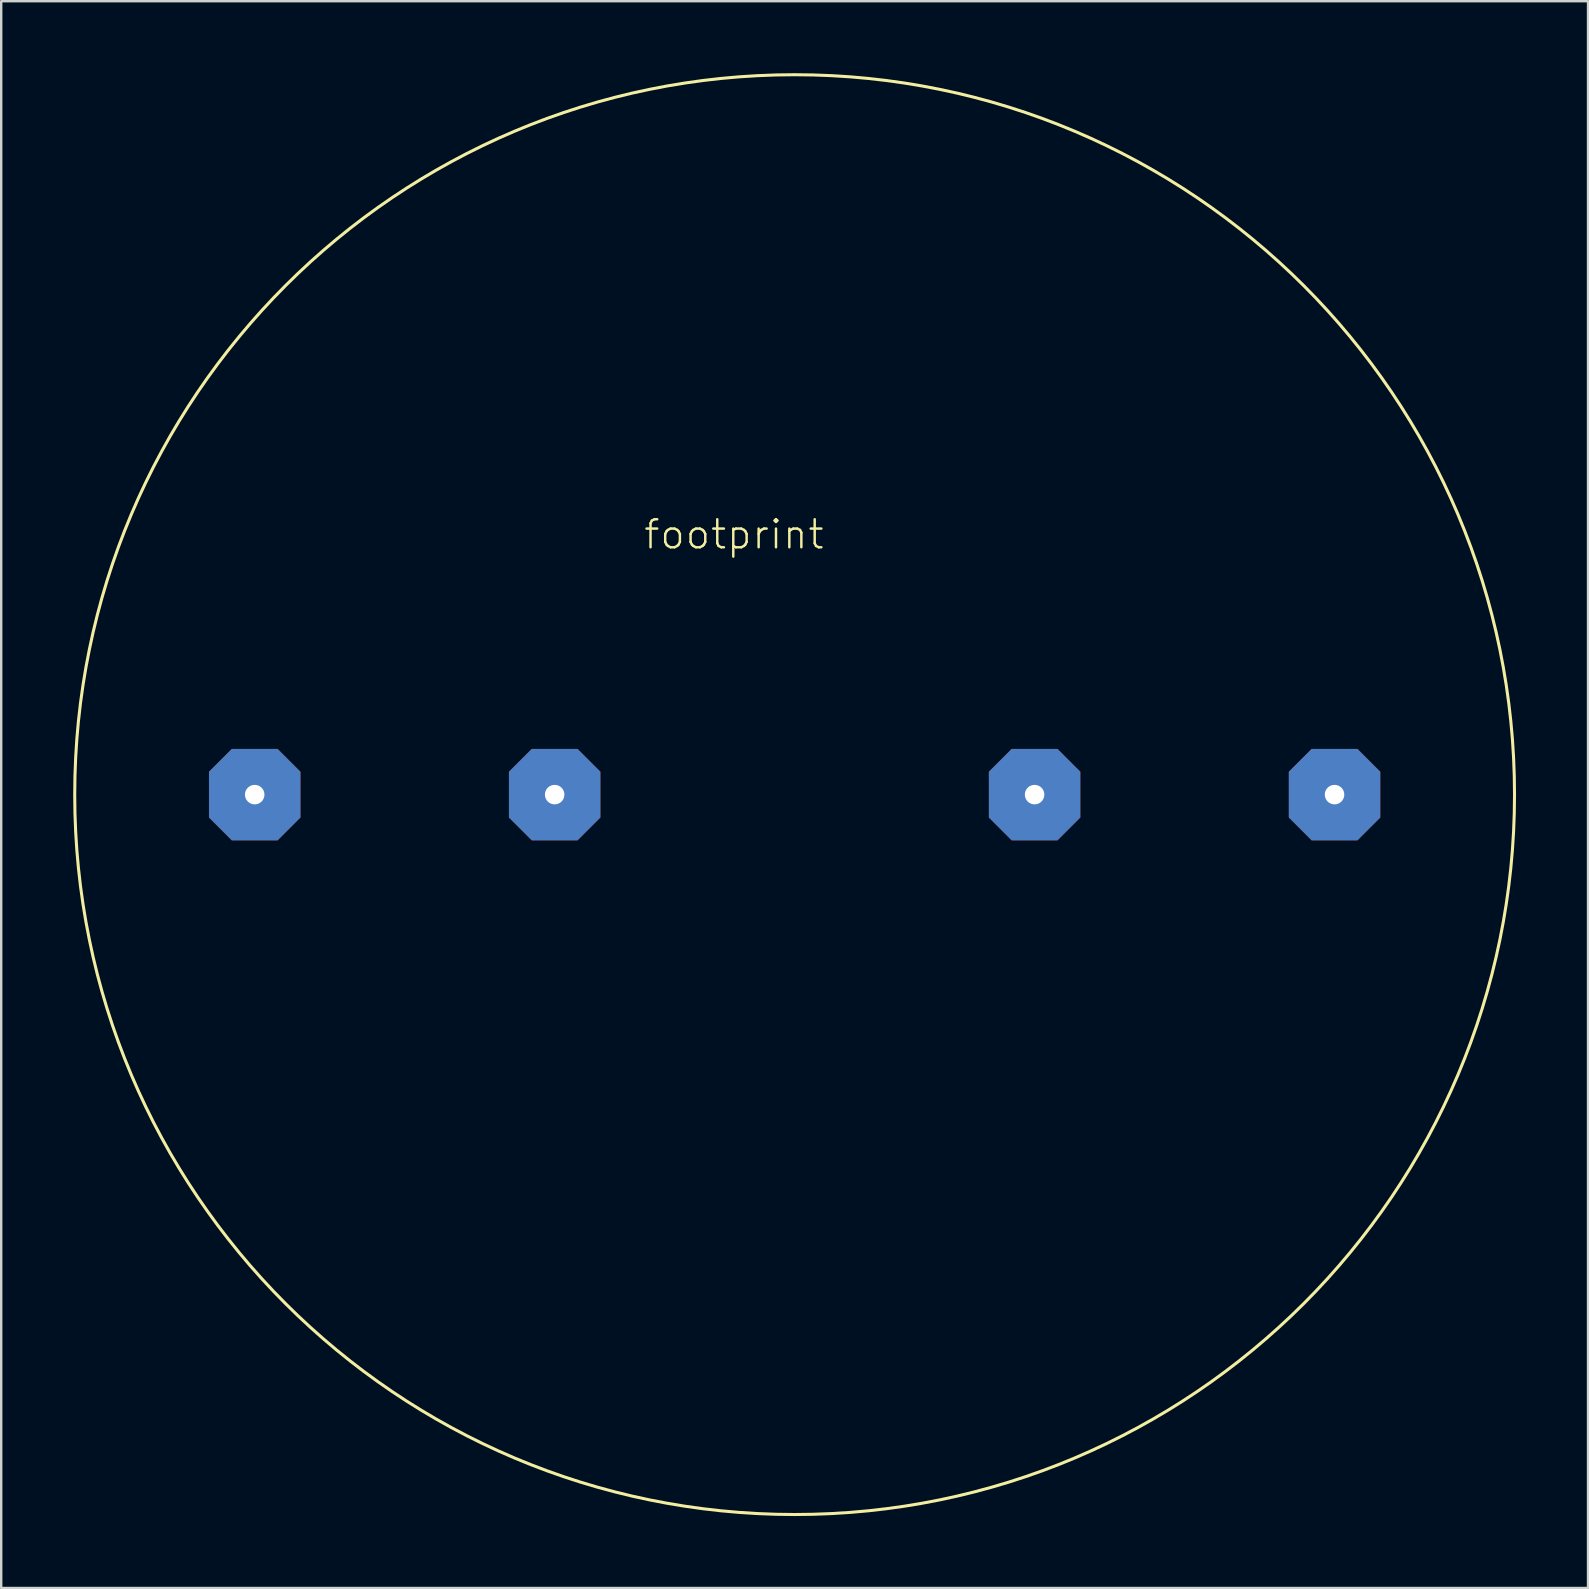
<source format=kicad_pcb>
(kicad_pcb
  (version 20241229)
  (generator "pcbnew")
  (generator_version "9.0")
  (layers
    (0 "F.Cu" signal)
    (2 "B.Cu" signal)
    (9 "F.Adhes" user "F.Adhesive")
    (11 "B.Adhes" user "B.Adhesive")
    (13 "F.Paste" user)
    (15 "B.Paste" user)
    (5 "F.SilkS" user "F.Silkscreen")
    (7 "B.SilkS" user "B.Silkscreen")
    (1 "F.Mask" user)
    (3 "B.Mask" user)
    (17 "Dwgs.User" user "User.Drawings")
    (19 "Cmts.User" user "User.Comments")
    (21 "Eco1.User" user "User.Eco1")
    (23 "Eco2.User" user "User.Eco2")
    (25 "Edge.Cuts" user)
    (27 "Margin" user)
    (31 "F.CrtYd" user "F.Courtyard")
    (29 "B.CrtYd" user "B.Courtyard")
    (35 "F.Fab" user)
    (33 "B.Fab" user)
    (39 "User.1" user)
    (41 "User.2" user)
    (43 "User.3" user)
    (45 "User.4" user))
  (footprint "footprint"
    (layer "F.Cu")
    (at 30.064 30.064)
    (property "Reference" "footprint" (at -6.35 -10.16 0) (layer "F.SilkS") (effects (font (size 1.168 1.168) (thickness 0.102)) (justify left bottom)))
    (fp_circle (center 0 0) (end 30 0) (stroke (width 0.127) (type solid)) (fill no) (layer "F.SilkS"))
    (pad "1" thru_hole roundrect (at -10 0) (size 3.81 3.81) (drill 0.813) (layers "*.Cu" "*.Mask") (roundrect_rratio 0.25) (chamfer_ratio 0.25) (chamfer top_left top_right bottom_left bottom_right))
    (pad "2" thru_hole roundrect (at 10 0) (size 3.81 3.81) (drill 0.813) (layers "*.Cu" "*.Mask") (roundrect_rratio 0.25) (chamfer_ratio 0.25) (chamfer top_left top_right bottom_left bottom_right))
    (pad "3" thru_hole roundrect (at 22.5 0) (size 3.81 3.81) (drill 0.813) (layers "*.Cu" "*.Mask") (roundrect_rratio 0.25) (chamfer_ratio 0.25) (chamfer top_left top_right bottom_left bottom_right))
    (pad "4" thru_hole roundrect (at -22.5 0) (size 3.81 3.81) (drill 0.813) (layers "*.Cu" "*.Mask") (roundrect_rratio 0.25) (chamfer_ratio 0.25) (chamfer top_left top_right bottom_left bottom_right)))
  (gr_rect
    (start -3 -3)
    (end 63.127 63.127)
    (stroke (width 0.1) (type default))
    (fill no)
    (layer "Edge.Cuts")))
</source>
